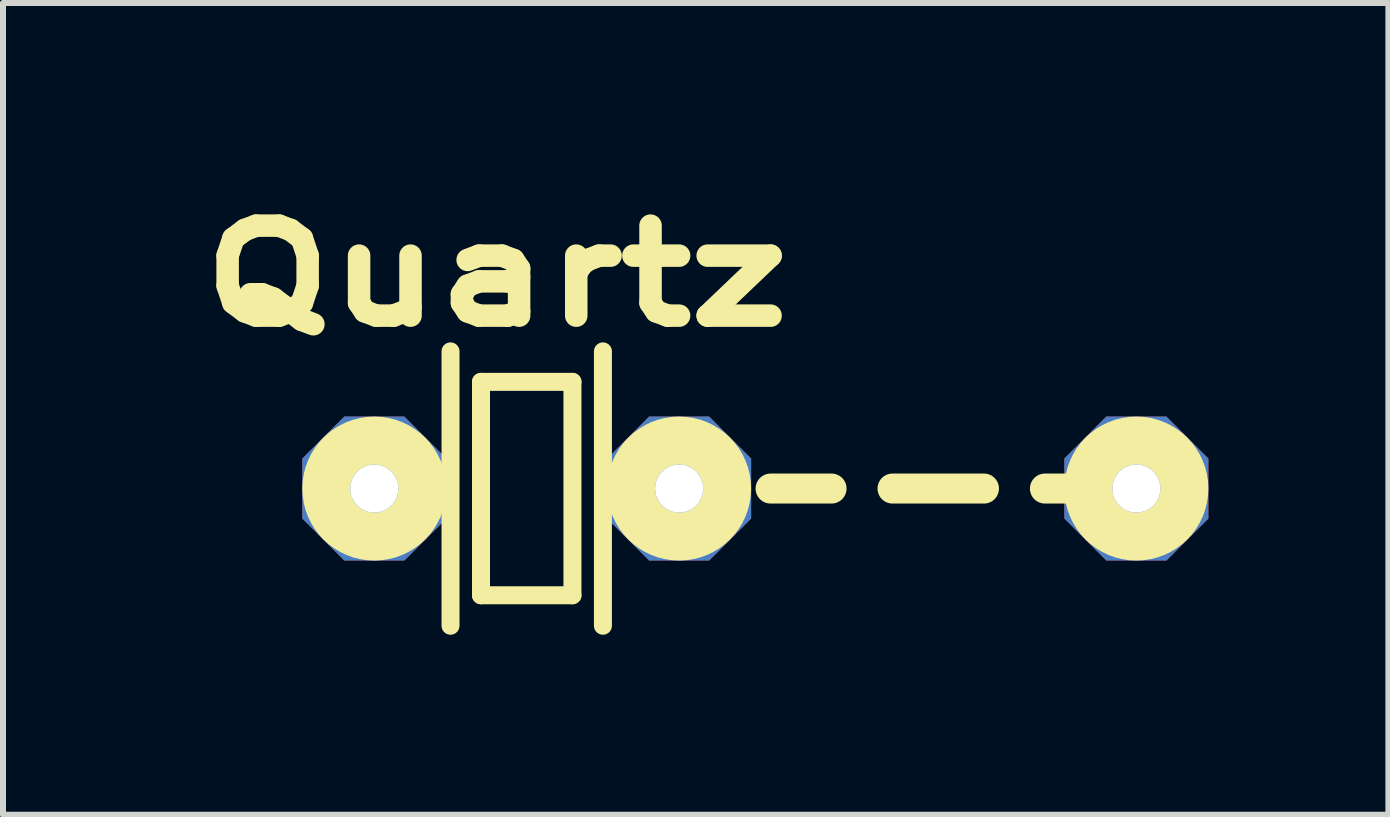
<source format=kicad_pcb>
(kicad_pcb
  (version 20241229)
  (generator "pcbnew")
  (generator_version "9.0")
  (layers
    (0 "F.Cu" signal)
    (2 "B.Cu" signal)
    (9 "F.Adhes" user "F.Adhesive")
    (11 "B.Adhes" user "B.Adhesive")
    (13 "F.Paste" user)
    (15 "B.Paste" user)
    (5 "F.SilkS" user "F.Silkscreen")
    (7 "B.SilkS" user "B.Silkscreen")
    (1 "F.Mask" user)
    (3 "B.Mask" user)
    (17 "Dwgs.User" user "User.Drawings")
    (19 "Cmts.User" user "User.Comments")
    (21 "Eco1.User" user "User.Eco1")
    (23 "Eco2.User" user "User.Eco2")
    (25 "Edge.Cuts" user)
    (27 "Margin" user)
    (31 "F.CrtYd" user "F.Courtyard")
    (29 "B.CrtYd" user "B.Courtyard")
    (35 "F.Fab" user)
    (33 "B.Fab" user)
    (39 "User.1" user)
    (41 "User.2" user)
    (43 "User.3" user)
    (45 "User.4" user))
  (footprint "Quartz"
    (layer "F.Cu")
    (at 5.728 5.092)
    (property "Reference" "Quartz" (at -0.508 -3.556 0) (layer "F.SilkS") (effects (font (size 1.5 2) (thickness 0.375))))
    (attr through_hole)
    (fp_line (start -1.524 -0.127) (end -1.524 0.127) (stroke (width 0.15) (type solid)) (layer "F.SilkS"))
    (fp_line (start -1.27 -2.286) (end -1.27 2.286) (stroke (width 0.3) (type solid)) (layer "F.SilkS"))
    (fp_line (start -0.762 -1.778) (end 0.762 -1.778) (stroke (width 0.3) (type solid)) (layer "F.SilkS"))
    (fp_line (start -0.762 1.778) (end -0.762 -1.778) (stroke (width 0.3) (type solid)) (layer "F.SilkS"))
    (fp_line (start 0.762 -1.778) (end 0.762 1.778) (stroke (width 0.3) (type solid)) (layer "F.SilkS"))
    (fp_line (start 0.762 1.778) (end -0.762 1.778) (stroke (width 0.3) (type solid)) (layer "F.SilkS"))
    (fp_line (start 1.27 -2.286) (end 1.27 2.286) (stroke (width 0.3) (type solid)) (layer "F.SilkS"))
    (fp_line (start 4.064 0) (end 5.08 0) (stroke (width 0.5) (type solid)) (layer "F.SilkS"))
    (fp_line (start 7.62 0) (end 6.096 0) (stroke (width 0.5) (type solid)) (layer "F.SilkS"))
    (fp_line (start 9.36 0) (end 8.636 0) (stroke (width 0.5) (type solid)) (layer "F.SilkS"))
    (fp_circle (center -2.54 0) (end -1.74 0) (stroke (width 0.8) (type solid)) (fill no) (layer "F.SilkS"))
    (fp_circle (center 2.54 0) (end 3.34 0) (stroke (width 0.8) (type solid)) (fill no) (layer "F.SilkS"))
    (fp_circle (center 10.16 0) (end 10.96 0) (stroke (width 0.8) (type solid)) (fill no) (layer "F.SilkS"))
    (pad "1" thru_hole custom (at 2.54 0) (size 1.524 1.524) (drill 0.8) (layers "*.Cu" "*.Mask") (options (anchor rect)) (primitives (gr_poly (pts (xy -1.2 0.5) (xy -1.2 -0.5) (xy -0.5 -1.2) (xy 0.5 -1.2) (xy 1.2 -0.5) (xy 1.2 0.5) (xy 0.5 1.2) (xy -0.5 1.2)) (width 0) (fill yes))))
    (pad "1" thru_hole custom (at 10.16 0) (size 1.524 1.524) (drill 0.8) (layers "*.Cu" "*.Mask") (options (anchor rect)) (primitives (gr_poly (pts (xy -1.2 0.5) (xy -1.2 -0.5) (xy -0.5 -1.2) (xy 0.5 -1.2) (xy 1.2 -0.5) (xy 1.2 0.5) (xy 0.5 1.2) (xy -0.5 1.2)) (width 0) (fill yes))))
    (pad "2" thru_hole custom (at -2.54 0) (size 1.524 1.524) (drill 0.8) (layers "*.Cu" "*.Mask") (options (anchor rect)) (primitives (gr_poly (pts (xy -1.2 0.5) (xy -1.2 -0.5) (xy -0.5 -1.2) (xy 0.5 -1.2) (xy 1.2 -0.5) (xy 1.2 0.5) (xy 0.5 1.2) (xy -0.5 1.2)) (width 0) (fill yes)))))
  (gr_rect
    (start -3 -3)
    (end 20.088 10.528)
    (stroke (width 0.1) (type default))
    (fill no)
    (layer "Edge.Cuts")))
</source>
